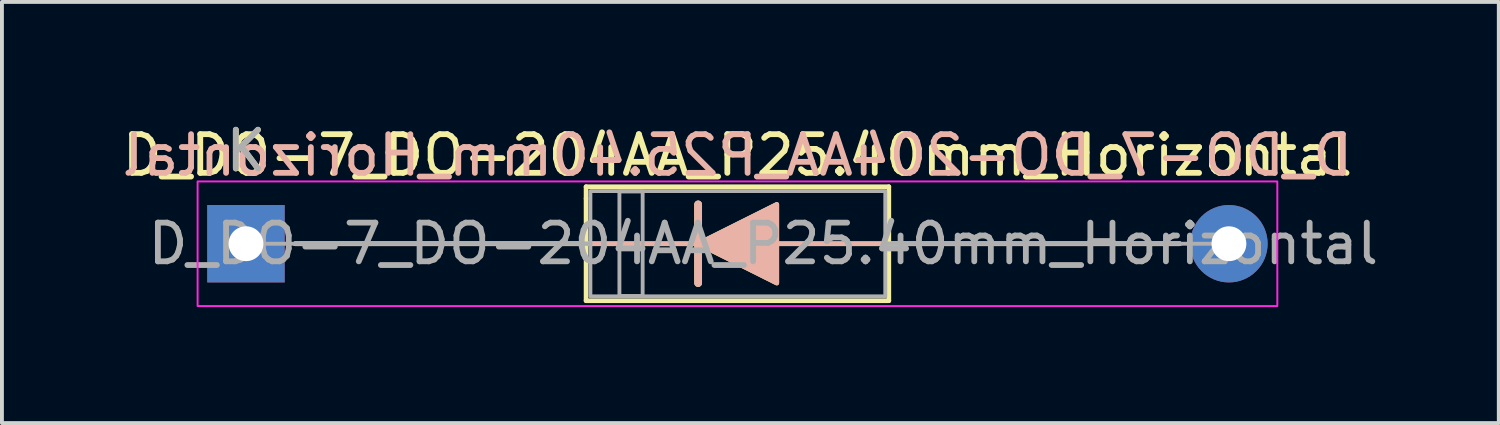
<source format=kicad_pcb>
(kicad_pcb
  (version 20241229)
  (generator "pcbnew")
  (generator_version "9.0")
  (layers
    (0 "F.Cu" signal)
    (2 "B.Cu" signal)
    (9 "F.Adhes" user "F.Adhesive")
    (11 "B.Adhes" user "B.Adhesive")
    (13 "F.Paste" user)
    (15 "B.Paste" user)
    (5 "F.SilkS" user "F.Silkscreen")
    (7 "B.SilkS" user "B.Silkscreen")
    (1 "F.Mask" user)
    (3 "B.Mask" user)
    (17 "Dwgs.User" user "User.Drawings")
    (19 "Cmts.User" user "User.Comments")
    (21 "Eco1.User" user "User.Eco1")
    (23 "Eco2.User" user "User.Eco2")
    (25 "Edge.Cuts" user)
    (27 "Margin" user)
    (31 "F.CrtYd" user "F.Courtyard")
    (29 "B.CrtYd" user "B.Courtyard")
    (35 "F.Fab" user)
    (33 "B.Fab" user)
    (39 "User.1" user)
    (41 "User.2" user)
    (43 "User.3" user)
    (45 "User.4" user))
  (footprint "D_DO-7_DO-204AA_P25.40mm_Horizontal"
    (layer "F.Cu")
    (at 3.306 3.248)
    (property "Reference" "D_DO-7_DO-204AA_P25.40mm_Horizontal" (at 12.7 -2.286 0) (layer "F.SilkS") (effects (font (size 1 1) (thickness 0.15))))
    (fp_line (start 1.27 0) (end 24.13 0) (stroke (width 0.12) (type default)) (layer "F.SilkS"))
    (fp_line (start 8.788 -1.473) (end 8.788 -1.168) (stroke (width 0.12) (type default)) (layer "F.SilkS"))
    (fp_line (start 8.788 -1.473) (end 16.612 -1.473) (stroke (width 0.12) (type default)) (layer "F.SilkS"))
    (fp_line (start 8.788 -1.168) (end 8.788 1.473) (stroke (width 0.12) (type default)) (layer "F.SilkS"))
    (fp_line (start 8.788 1.473) (end 16.612 1.473) (stroke (width 0.12) (type default)) (layer "F.SilkS"))
    (fp_line (start 11.684 -1.016) (end 11.684 1.016) (stroke (width 0.2) (type default)) (layer "F.SilkS"))
    (fp_line (start 16.612 -1.473) (end 16.612 -0.61) (stroke (width 0.12) (type default)) (layer "F.SilkS"))
    (fp_line (start 16.612 -0.61) (end 16.612 1.473) (stroke (width 0.12) (type default)) (layer "F.SilkS"))
    (fp_poly (pts (xy 13.716 1.016) (xy 11.684 0) (xy 13.716 -1.016)) (stroke (width 0.12) (type solid)) (fill yes) (layer "F.SilkS"))
    (fp_line (start 1.27 0) (end 24.13 0) (stroke (width 0.12) (type default)) (layer "B.SilkS"))
    (fp_line (start 11.684 1.016) (end 11.684 -1.016) (stroke (width 0.2) (type default)) (layer "B.SilkS"))
    (fp_poly (pts (xy 13.716 -1.016) (xy 11.684 0) (xy 13.716 1.016)) (stroke (width 0.12) (type solid)) (fill yes) (layer "B.SilkS"))
    (fp_rect (start -1.25 -1.61) (end 26.65 1.61) (stroke (width 0.05) (type default)) (fill no) (layer "F.CrtYd"))
    (fp_line (start 0 0) (end 8.9 0) (stroke (width 0.1) (type solid)) (layer "F.Fab"))
    (fp_line (start 25.4 0) (end 16.52 0) (stroke (width 0.1) (type solid)) (layer "F.Fab"))
    (fp_rect (start 8.9 -1.36) (end 16.52 1.36) (stroke (width 0.1) (type default)) (fill no) (layer "F.Fab"))
    (fp_rect (start 9.65 -1.35) (end 10.25 1.35) (stroke (width 0.1) (type solid)) (fill no) (layer "F.Fab"))
    (fp_text user "K" (at 0 -2.4 0) (layer "F.SilkS") (effects (font (size 1 1) (thickness 0.15))))
    (fp_text user "${REFERENCE}" (at 12.7 -2.286 0) (layer "B.SilkS") (effects (font (size 1 1) (thickness 0.15)) (justify mirror)))
    (fp_text user "K" (at 0 -2.4 0) (layer "F.Fab") (effects (font (size 1 1) (thickness 0.15))))
    (fp_text user "${REFERENCE}" (at 13.367 0 0) (layer "F.Fab") (effects (font (size 1 1) (thickness 0.15))))
    (pad "1" thru_hole rect (at 0 0) (size 2 2) (drill 0.9) (layers "*.Cu" "*.Mask"))
    (pad "2" thru_hole oval (at 25.4 0) (size 2 2) (drill 0.9) (layers "*.Cu" "*.Mask")))
  (gr_rect
    (start -3 -3)
    (end 35.679 7.883)
    (stroke (width 0.1) (type default))
    (fill no)
    (layer "Edge.Cuts")))
</source>
